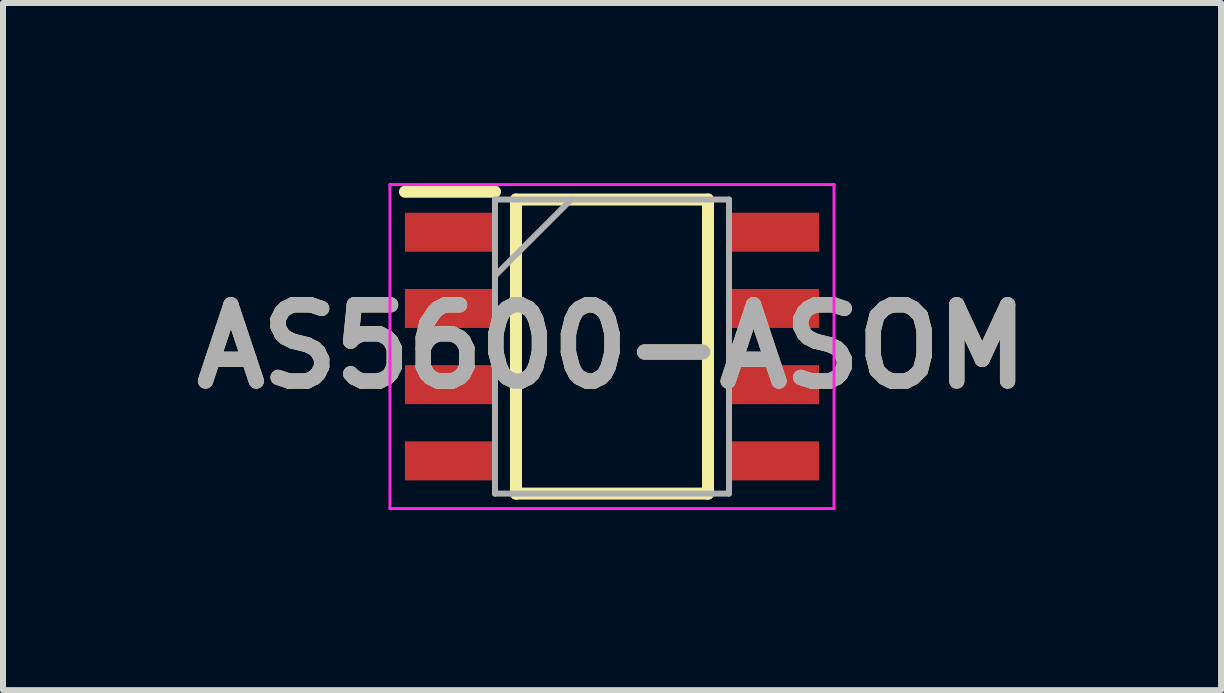
<source format=kicad_pcb>
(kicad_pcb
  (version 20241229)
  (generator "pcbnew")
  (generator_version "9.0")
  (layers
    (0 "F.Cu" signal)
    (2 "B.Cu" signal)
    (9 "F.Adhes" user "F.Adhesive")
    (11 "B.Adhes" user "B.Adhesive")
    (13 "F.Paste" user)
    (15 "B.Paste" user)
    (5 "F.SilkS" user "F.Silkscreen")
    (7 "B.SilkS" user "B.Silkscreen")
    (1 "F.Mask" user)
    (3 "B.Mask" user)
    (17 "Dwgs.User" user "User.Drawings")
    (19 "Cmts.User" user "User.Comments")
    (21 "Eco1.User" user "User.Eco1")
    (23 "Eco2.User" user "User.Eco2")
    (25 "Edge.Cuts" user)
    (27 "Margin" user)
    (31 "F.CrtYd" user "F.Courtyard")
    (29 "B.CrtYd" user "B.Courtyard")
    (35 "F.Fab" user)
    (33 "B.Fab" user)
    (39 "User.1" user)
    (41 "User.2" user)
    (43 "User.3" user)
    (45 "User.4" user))
  (footprint "AS5600-ASOM"
    (layer "F.Cu")
    (at 7.148 2.725)
    (property "Reference" "AS5600-ASOM" (at 0 0 0) (layer "F.SilkS") (effects (font (size 1.27 1.27) (thickness 0.254))))
    (attr smd)
    (fp_line (start -3.45 -2.58) (end -1.95 -2.58) (stroke (width 0.2) (type solid)) (layer "F.SilkS"))
    (fp_line (start -1.6 -2.45) (end 1.6 -2.45) (stroke (width 0.2) (type solid)) (layer "F.SilkS"))
    (fp_line (start -1.6 2.45) (end -1.6 -2.45) (stroke (width 0.2) (type solid)) (layer "F.SilkS"))
    (fp_line (start 1.6 -2.45) (end 1.6 2.45) (stroke (width 0.2) (type solid)) (layer "F.SilkS"))
    (fp_line (start 1.6 2.45) (end -1.6 2.45) (stroke (width 0.2) (type solid)) (layer "F.SilkS"))
    (fp_line (start -3.7 -2.7) (end 3.7 -2.7) (stroke (width 0.05) (type solid)) (layer "F.CrtYd"))
    (fp_line (start -3.7 2.7) (end -3.7 -2.7) (stroke (width 0.05) (type solid)) (layer "F.CrtYd"))
    (fp_line (start 3.7 -2.7) (end 3.7 2.7) (stroke (width 0.05) (type solid)) (layer "F.CrtYd"))
    (fp_line (start 3.7 2.7) (end -3.7 2.7) (stroke (width 0.05) (type solid)) (layer "F.CrtYd"))
    (fp_line (start -1.95 -2.45) (end 1.95 -2.45) (stroke (width 0.1) (type solid)) (layer "F.Fab"))
    (fp_line (start -1.95 -1.18) (end -0.68 -2.45) (stroke (width 0.1) (type solid)) (layer "F.Fab"))
    (fp_line (start -1.95 2.45) (end -1.95 -2.45) (stroke (width 0.1) (type solid)) (layer "F.Fab"))
    (fp_line (start 1.95 -2.45) (end 1.95 2.45) (stroke (width 0.1) (type solid)) (layer "F.Fab"))
    (fp_line (start 1.95 2.45) (end -1.95 2.45) (stroke (width 0.1) (type solid)) (layer "F.Fab"))
    (fp_text user "${REFERENCE}" (at 0 0 0) (layer "F.Fab") (effects (font (size 1.27 1.27) (thickness 0.254))))
    (pad "1" smd rect (at -2.7 -1.905 90) (size 0.65 1.5) (layers "F.Cu" "F.Mask" "F.Paste"))
    (pad "2" smd rect (at -2.7 -0.635 90) (size 0.65 1.5) (layers "F.Cu" "F.Mask" "F.Paste"))
    (pad "3" smd rect (at -2.7 0.635 90) (size 0.65 1.5) (layers "F.Cu" "F.Mask" "F.Paste"))
    (pad "4" smd rect (at -2.7 1.905 90) (size 0.65 1.5) (layers "F.Cu" "F.Mask" "F.Paste"))
    (pad "5" smd rect (at 2.7 1.905 90) (size 0.65 1.5) (layers "F.Cu" "F.Mask" "F.Paste"))
    (pad "6" smd rect (at 2.7 0.635 90) (size 0.65 1.5) (layers "F.Cu" "F.Mask" "F.Paste"))
    (pad "7" smd rect (at 2.7 -0.635 90) (size 0.65 1.5) (layers "F.Cu" "F.Mask" "F.Paste"))
    (pad "8" smd rect (at 2.7 -1.905 90) (size 0.65 1.5) (layers "F.Cu" "F.Mask" "F.Paste")))
  (gr_rect
    (start -3 -3)
    (end 17.297 8.45)
    (stroke (width 0.1) (type default))
    (fill no)
    (layer "Edge.Cuts")))
</source>
